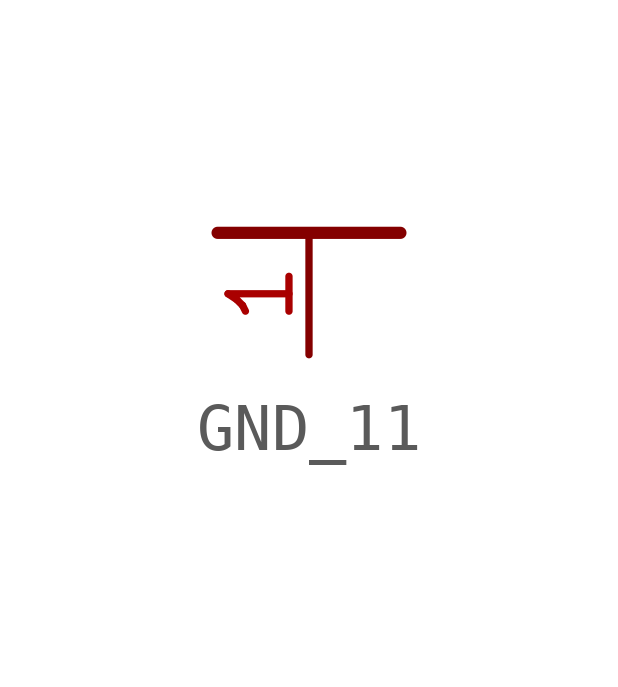
<source format=kicad_sym>
(kicad_symbol_lib
  (version 20231120)
  (generator "kicad_symbol_editor")
  (generator_version "8.0")
  (symbol "GND_11"
    (power)
    (property "Reference" "#GND"
      (at 0 0 0)
      (effects (font (size 1.27 1.27)) (hide yes)))
    (property "ki_locked" ""
      (at 0 0 0)
      (effects (font (size 1.27 1.27))))
    (symbol "GND_11_1_0"
      (polyline (pts (xy 1.905 0) (xy -1.905 0)) (stroke (width 0.254) (type solid)) (fill (type none)))
      (pin power_in line (at 0 -2.54 90) (length 2.54) (name "GND" (effects (font (size 0 0)))) (number "1" (effects (font (size 1.27 1.27))))))))
</source>
